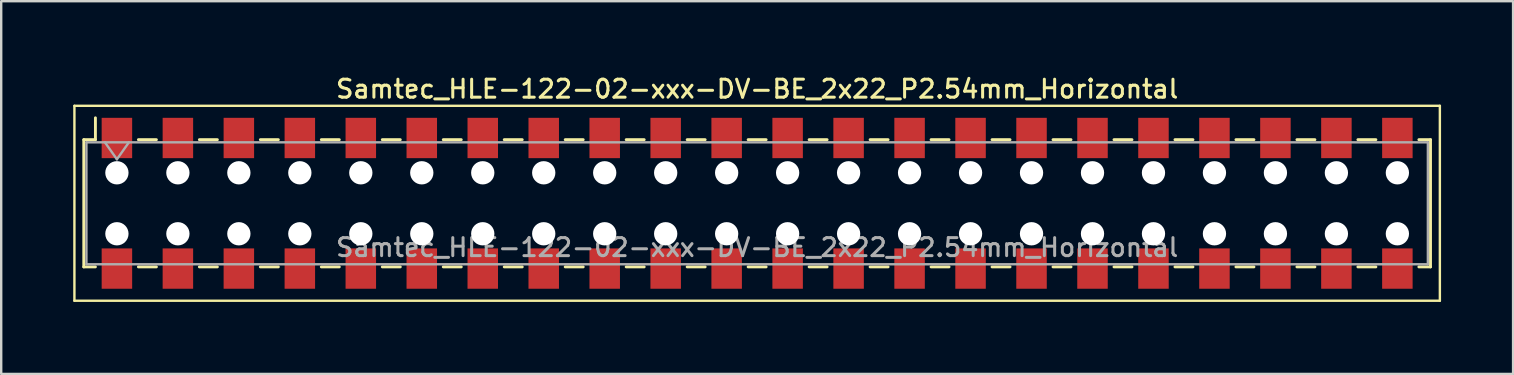
<source format=kicad_pcb>
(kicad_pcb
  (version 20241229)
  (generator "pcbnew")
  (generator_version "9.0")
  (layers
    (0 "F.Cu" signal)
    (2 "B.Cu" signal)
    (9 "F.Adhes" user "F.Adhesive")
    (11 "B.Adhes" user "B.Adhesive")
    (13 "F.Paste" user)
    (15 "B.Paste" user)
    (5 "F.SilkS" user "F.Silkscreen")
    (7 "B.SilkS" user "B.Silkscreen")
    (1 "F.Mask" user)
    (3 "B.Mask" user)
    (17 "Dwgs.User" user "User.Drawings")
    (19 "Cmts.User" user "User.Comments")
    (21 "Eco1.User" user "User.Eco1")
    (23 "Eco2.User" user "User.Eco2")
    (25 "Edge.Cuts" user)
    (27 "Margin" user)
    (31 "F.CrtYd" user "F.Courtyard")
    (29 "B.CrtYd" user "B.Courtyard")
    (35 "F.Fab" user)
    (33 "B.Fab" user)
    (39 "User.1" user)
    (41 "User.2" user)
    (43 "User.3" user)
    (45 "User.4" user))
  (footprint "Samtec_HLE-122-02-xxx-DV-BE_2x22_P2.54mm_Horizontal"
    (layer "F.Cu")
    (at 28.49 5.418)
    (property "Reference" "Samtec_HLE-122-02-xxx-DV-BE_2x22_P2.54mm_Horizontal" (at 0 -4.76 0) (layer "F.SilkS") (effects (font (size 0.75 0.75) (thickness 0.125))))
    (attr smd)
    (fp_line (start -28.44 -4.06) (end 28.44 -4.06) (stroke (width 0.1) (type solid)) (layer "F.SilkS"))
    (fp_line (start -28.44 4.06) (end -28.44 -4.06) (stroke (width 0.1) (type solid)) (layer "F.SilkS"))
    (fp_line (start -28.05 -2.65) (end -28.05 2.65) (stroke (width 0.12) (type solid)) (layer "F.SilkS"))
    (fp_line (start -28.05 2.65) (end -27.565 2.65) (stroke (width 0.12) (type solid)) (layer "F.SilkS"))
    (fp_line (start -27.565 -3.56) (end -27.565 -2.65) (stroke (width 0.12) (type solid)) (layer "F.SilkS"))
    (fp_line (start -27.565 -2.65) (end -28.05 -2.65) (stroke (width 0.12) (type solid)) (layer "F.SilkS"))
    (fp_line (start -25.775 -2.65) (end -25.025 -2.65) (stroke (width 0.12) (type solid)) (layer "F.SilkS"))
    (fp_line (start -25.775 2.65) (end -25.025 2.65) (stroke (width 0.12) (type solid)) (layer "F.SilkS"))
    (fp_line (start -23.235 -2.65) (end -22.485 -2.65) (stroke (width 0.12) (type solid)) (layer "F.SilkS"))
    (fp_line (start -23.235 2.65) (end -22.485 2.65) (stroke (width 0.12) (type solid)) (layer "F.SilkS"))
    (fp_line (start -20.695 -2.65) (end -19.945 -2.65) (stroke (width 0.12) (type solid)) (layer "F.SilkS"))
    (fp_line (start -20.695 2.65) (end -19.945 2.65) (stroke (width 0.12) (type solid)) (layer "F.SilkS"))
    (fp_line (start -18.155 -2.65) (end -17.405 -2.65) (stroke (width 0.12) (type solid)) (layer "F.SilkS"))
    (fp_line (start -18.155 2.65) (end -17.405 2.65) (stroke (width 0.12) (type solid)) (layer "F.SilkS"))
    (fp_line (start -15.615 -2.65) (end -14.865 -2.65) (stroke (width 0.12) (type solid)) (layer "F.SilkS"))
    (fp_line (start -15.615 2.65) (end -14.865 2.65) (stroke (width 0.12) (type solid)) (layer "F.SilkS"))
    (fp_line (start -13.075 -2.65) (end -12.325 -2.65) (stroke (width 0.12) (type solid)) (layer "F.SilkS"))
    (fp_line (start -13.075 2.65) (end -12.325 2.65) (stroke (width 0.12) (type solid)) (layer "F.SilkS"))
    (fp_line (start -10.535 -2.65) (end -9.785 -2.65) (stroke (width 0.12) (type solid)) (layer "F.SilkS"))
    (fp_line (start -10.535 2.65) (end -9.785 2.65) (stroke (width 0.12) (type solid)) (layer "F.SilkS"))
    (fp_line (start -7.995 -2.65) (end -7.245 -2.65) (stroke (width 0.12) (type solid)) (layer "F.SilkS"))
    (fp_line (start -7.995 2.65) (end -7.245 2.65) (stroke (width 0.12) (type solid)) (layer "F.SilkS"))
    (fp_line (start -5.455 -2.65) (end -4.705 -2.65) (stroke (width 0.12) (type solid)) (layer "F.SilkS"))
    (fp_line (start -5.455 2.65) (end -4.705 2.65) (stroke (width 0.12) (type solid)) (layer "F.SilkS"))
    (fp_line (start -2.915 -2.65) (end -2.165 -2.65) (stroke (width 0.12) (type solid)) (layer "F.SilkS"))
    (fp_line (start -2.915 2.65) (end -2.165 2.65) (stroke (width 0.12) (type solid)) (layer "F.SilkS"))
    (fp_line (start -0.375 -2.65) (end 0.375 -2.65) (stroke (width 0.12) (type solid)) (layer "F.SilkS"))
    (fp_line (start -0.375 2.65) (end 0.375 2.65) (stroke (width 0.12) (type solid)) (layer "F.SilkS"))
    (fp_line (start 2.165 -2.65) (end 2.915 -2.65) (stroke (width 0.12) (type solid)) (layer "F.SilkS"))
    (fp_line (start 2.165 2.65) (end 2.915 2.65) (stroke (width 0.12) (type solid)) (layer "F.SilkS"))
    (fp_line (start 4.705 -2.65) (end 5.455 -2.65) (stroke (width 0.12) (type solid)) (layer "F.SilkS"))
    (fp_line (start 4.705 2.65) (end 5.455 2.65) (stroke (width 0.12) (type solid)) (layer "F.SilkS"))
    (fp_line (start 7.245 -2.65) (end 7.995 -2.65) (stroke (width 0.12) (type solid)) (layer "F.SilkS"))
    (fp_line (start 7.245 2.65) (end 7.995 2.65) (stroke (width 0.12) (type solid)) (layer "F.SilkS"))
    (fp_line (start 9.785 -2.65) (end 10.535 -2.65) (stroke (width 0.12) (type solid)) (layer "F.SilkS"))
    (fp_line (start 9.785 2.65) (end 10.535 2.65) (stroke (width 0.12) (type solid)) (layer "F.SilkS"))
    (fp_line (start 12.325 -2.65) (end 13.075 -2.65) (stroke (width 0.12) (type solid)) (layer "F.SilkS"))
    (fp_line (start 12.325 2.65) (end 13.075 2.65) (stroke (width 0.12) (type solid)) (layer "F.SilkS"))
    (fp_line (start 14.865 -2.65) (end 15.615 -2.65) (stroke (width 0.12) (type solid)) (layer "F.SilkS"))
    (fp_line (start 14.865 2.65) (end 15.615 2.65) (stroke (width 0.12) (type solid)) (layer "F.SilkS"))
    (fp_line (start 17.405 -2.65) (end 18.155 -2.65) (stroke (width 0.12) (type solid)) (layer "F.SilkS"))
    (fp_line (start 17.405 2.65) (end 18.155 2.65) (stroke (width 0.12) (type solid)) (layer "F.SilkS"))
    (fp_line (start 19.945 -2.65) (end 20.695 -2.65) (stroke (width 0.12) (type solid)) (layer "F.SilkS"))
    (fp_line (start 19.945 2.65) (end 20.695 2.65) (stroke (width 0.12) (type solid)) (layer "F.SilkS"))
    (fp_line (start 22.485 -2.65) (end 23.235 -2.65) (stroke (width 0.12) (type solid)) (layer "F.SilkS"))
    (fp_line (start 22.485 2.65) (end 23.235 2.65) (stroke (width 0.12) (type solid)) (layer "F.SilkS"))
    (fp_line (start 25.025 -2.65) (end 25.775 -2.65) (stroke (width 0.12) (type solid)) (layer "F.SilkS"))
    (fp_line (start 25.025 2.65) (end 25.775 2.65) (stroke (width 0.12) (type solid)) (layer "F.SilkS"))
    (fp_line (start 27.565 -2.65) (end 28.05 -2.65) (stroke (width 0.12) (type solid)) (layer "F.SilkS"))
    (fp_line (start 28.05 -2.65) (end 28.05 2.65) (stroke (width 0.12) (type solid)) (layer "F.SilkS"))
    (fp_line (start 28.05 2.65) (end 27.565 2.65) (stroke (width 0.12) (type solid)) (layer "F.SilkS"))
    (fp_line (start 28.44 -4.06) (end 28.44 4.06) (stroke (width 0.1) (type solid)) (layer "F.SilkS"))
    (fp_line (start 28.44 4.06) (end -28.44 4.06) (stroke (width 0.1) (type solid)) (layer "F.SilkS"))
    (fp_line (start -27.94 -2.54) (end 27.94 -2.54) (stroke (width 0.1) (type solid)) (layer "F.Fab"))
    (fp_line (start -27.94 2.54) (end -27.94 -2.54) (stroke (width 0.1) (type solid)) (layer "F.Fab"))
    (fp_line (start -27.17 -2.54) (end -26.67 -1.833) (stroke (width 0.1) (type solid)) (layer "F.Fab"))
    (fp_line (start -26.67 -1.833) (end -26.17 -2.54) (stroke (width 0.1) (type solid)) (layer "F.Fab"))
    (fp_line (start 27.94 -2.54) (end 27.94 2.54) (stroke (width 0.1) (type solid)) (layer "F.Fab"))
    (fp_line (start 27.94 2.54) (end -27.94 2.54) (stroke (width 0.1) (type solid)) (layer "F.Fab"))
    (fp_text user "${REFERENCE}" (at 0 1.84 0) (layer "F.Fab") (effects (font (size 0.75 0.75) (thickness 0.125))))
    (pad "" np_thru_hole circle (at -26.67 -1.27) (size 0.97 0.97) (drill 0.97) (layers "*.Cu" "*.Mask"))
    (pad "" np_thru_hole circle (at -26.67 1.27) (size 0.97 0.97) (drill 0.97) (layers "*.Cu" "*.Mask"))
    (pad "" np_thru_hole circle (at -24.13 -1.27) (size 0.97 0.97) (drill 0.97) (layers "*.Cu" "*.Mask"))
    (pad "" np_thru_hole circle (at -24.13 1.27) (size 0.97 0.97) (drill 0.97) (layers "*.Cu" "*.Mask"))
    (pad "" np_thru_hole circle (at -21.59 -1.27) (size 0.97 0.97) (drill 0.97) (layers "*.Cu" "*.Mask"))
    (pad "" np_thru_hole circle (at -21.59 1.27) (size 0.97 0.97) (drill 0.97) (layers "*.Cu" "*.Mask"))
    (pad "" np_thru_hole circle (at -19.05 -1.27) (size 0.97 0.97) (drill 0.97) (layers "*.Cu" "*.Mask"))
    (pad "" np_thru_hole circle (at -19.05 1.27) (size 0.97 0.97) (drill 0.97) (layers "*.Cu" "*.Mask"))
    (pad "" np_thru_hole circle (at -16.51 -1.27) (size 0.97 0.97) (drill 0.97) (layers "*.Cu" "*.Mask"))
    (pad "" np_thru_hole circle (at -16.51 1.27) (size 0.97 0.97) (drill 0.97) (layers "*.Cu" "*.Mask"))
    (pad "" np_thru_hole circle (at -13.97 -1.27) (size 0.97 0.97) (drill 0.97) (layers "*.Cu" "*.Mask"))
    (pad "" np_thru_hole circle (at -13.97 1.27) (size 0.97 0.97) (drill 0.97) (layers "*.Cu" "*.Mask"))
    (pad "" np_thru_hole circle (at -11.43 -1.27) (size 0.97 0.97) (drill 0.97) (layers "*.Cu" "*.Mask"))
    (pad "" np_thru_hole circle (at -11.43 1.27) (size 0.97 0.97) (drill 0.97) (layers "*.Cu" "*.Mask"))
    (pad "" np_thru_hole circle (at -8.89 -1.27) (size 0.97 0.97) (drill 0.97) (layers "*.Cu" "*.Mask"))
    (pad "" np_thru_hole circle (at -8.89 1.27) (size 0.97 0.97) (drill 0.97) (layers "*.Cu" "*.Mask"))
    (pad "" np_thru_hole circle (at -6.35 -1.27) (size 0.97 0.97) (drill 0.97) (layers "*.Cu" "*.Mask"))
    (pad "" np_thru_hole circle (at -6.35 1.27) (size 0.97 0.97) (drill 0.97) (layers "*.Cu" "*.Mask"))
    (pad "" np_thru_hole circle (at -3.81 -1.27) (size 0.97 0.97) (drill 0.97) (layers "*.Cu" "*.Mask"))
    (pad "" np_thru_hole circle (at -3.81 1.27) (size 0.97 0.97) (drill 0.97) (layers "*.Cu" "*.Mask"))
    (pad "" np_thru_hole circle (at -1.27 -1.27) (size 0.97 0.97) (drill 0.97) (layers "*.Cu" "*.Mask"))
    (pad "" np_thru_hole circle (at -1.27 1.27) (size 0.97 0.97) (drill 0.97) (layers "*.Cu" "*.Mask"))
    (pad "" np_thru_hole circle (at 1.27 -1.27) (size 0.97 0.97) (drill 0.97) (layers "*.Cu" "*.Mask"))
    (pad "" np_thru_hole circle (at 1.27 1.27) (size 0.97 0.97) (drill 0.97) (layers "*.Cu" "*.Mask"))
    (pad "" np_thru_hole circle (at 3.81 -1.27) (size 0.97 0.97) (drill 0.97) (layers "*.Cu" "*.Mask"))
    (pad "" np_thru_hole circle (at 3.81 1.27) (size 0.97 0.97) (drill 0.97) (layers "*.Cu" "*.Mask"))
    (pad "" np_thru_hole circle (at 6.35 -1.27) (size 0.97 0.97) (drill 0.97) (layers "*.Cu" "*.Mask"))
    (pad "" np_thru_hole circle (at 6.35 1.27) (size 0.97 0.97) (drill 0.97) (layers "*.Cu" "*.Mask"))
    (pad "" np_thru_hole circle (at 8.89 -1.27) (size 0.97 0.97) (drill 0.97) (layers "*.Cu" "*.Mask"))
    (pad "" np_thru_hole circle (at 8.89 1.27) (size 0.97 0.97) (drill 0.97) (layers "*.Cu" "*.Mask"))
    (pad "" np_thru_hole circle (at 11.43 -1.27) (size 0.97 0.97) (drill 0.97) (layers "*.Cu" "*.Mask"))
    (pad "" np_thru_hole circle (at 11.43 1.27) (size 0.97 0.97) (drill 0.97) (layers "*.Cu" "*.Mask"))
    (pad "" np_thru_hole circle (at 13.97 -1.27) (size 0.97 0.97) (drill 0.97) (layers "*.Cu" "*.Mask"))
    (pad "" np_thru_hole circle (at 13.97 1.27) (size 0.97 0.97) (drill 0.97) (layers "*.Cu" "*.Mask"))
    (pad "" np_thru_hole circle (at 16.51 -1.27) (size 0.97 0.97) (drill 0.97) (layers "*.Cu" "*.Mask"))
    (pad "" np_thru_hole circle (at 16.51 1.27) (size 0.97 0.97) (drill 0.97) (layers "*.Cu" "*.Mask"))
    (pad "" np_thru_hole circle (at 19.05 -1.27) (size 0.97 0.97) (drill 0.97) (layers "*.Cu" "*.Mask"))
    (pad "" np_thru_hole circle (at 19.05 1.27) (size 0.97 0.97) (drill 0.97) (layers "*.Cu" "*.Mask"))
    (pad "" np_thru_hole circle (at 21.59 -1.27) (size 0.97 0.97) (drill 0.97) (layers "*.Cu" "*.Mask"))
    (pad "" np_thru_hole circle (at 21.59 1.27) (size 0.97 0.97) (drill 0.97) (layers "*.Cu" "*.Mask"))
    (pad "" np_thru_hole circle (at 24.13 -1.27) (size 0.97 0.97) (drill 0.97) (layers "*.Cu" "*.Mask"))
    (pad "" np_thru_hole circle (at 24.13 1.27) (size 0.97 0.97) (drill 0.97) (layers "*.Cu" "*.Mask"))
    (pad "" np_thru_hole circle (at 26.67 -1.27) (size 0.97 0.97) (drill 0.97) (layers "*.Cu" "*.Mask"))
    (pad "" np_thru_hole circle (at 26.67 1.27) (size 0.97 0.97) (drill 0.97) (layers "*.Cu" "*.Mask"))
    (pad "1" smd rect (at -26.67 -2.72) (size 1.27 1.68) (layers "F.Cu" "F.Mask" "F.Paste"))
    (pad "2" smd rect (at -26.67 2.72) (size 1.27 1.68) (layers "F.Cu" "F.Mask" "F.Paste"))
    (pad "3" smd rect (at -24.13 -2.72) (size 1.27 1.68) (layers "F.Cu" "F.Mask" "F.Paste"))
    (pad "4" smd rect (at -24.13 2.72) (size 1.27 1.68) (layers "F.Cu" "F.Mask" "F.Paste"))
    (pad "5" smd rect (at -21.59 -2.72) (size 1.27 1.68) (layers "F.Cu" "F.Mask" "F.Paste"))
    (pad "6" smd rect (at -21.59 2.72) (size 1.27 1.68) (layers "F.Cu" "F.Mask" "F.Paste"))
    (pad "7" smd rect (at -19.05 -2.72) (size 1.27 1.68) (layers "F.Cu" "F.Mask" "F.Paste"))
    (pad "8" smd rect (at -19.05 2.72) (size 1.27 1.68) (layers "F.Cu" "F.Mask" "F.Paste"))
    (pad "9" smd rect (at -16.51 -2.72) (size 1.27 1.68) (layers "F.Cu" "F.Mask" "F.Paste"))
    (pad "10" smd rect (at -16.51 2.72) (size 1.27 1.68) (layers "F.Cu" "F.Mask" "F.Paste"))
    (pad "11" smd rect (at -13.97 -2.72) (size 1.27 1.68) (layers "F.Cu" "F.Mask" "F.Paste"))
    (pad "12" smd rect (at -13.97 2.72) (size 1.27 1.68) (layers "F.Cu" "F.Mask" "F.Paste"))
    (pad "13" smd rect (at -11.43 -2.72) (size 1.27 1.68) (layers "F.Cu" "F.Mask" "F.Paste"))
    (pad "14" smd rect (at -11.43 2.72) (size 1.27 1.68) (layers "F.Cu" "F.Mask" "F.Paste"))
    (pad "15" smd rect (at -8.89 -2.72) (size 1.27 1.68) (layers "F.Cu" "F.Mask" "F.Paste"))
    (pad "16" smd rect (at -8.89 2.72) (size 1.27 1.68) (layers "F.Cu" "F.Mask" "F.Paste"))
    (pad "17" smd rect (at -6.35 -2.72) (size 1.27 1.68) (layers "F.Cu" "F.Mask" "F.Paste"))
    (pad "18" smd rect (at -6.35 2.72) (size 1.27 1.68) (layers "F.Cu" "F.Mask" "F.Paste"))
    (pad "19" smd rect (at -3.81 -2.72) (size 1.27 1.68) (layers "F.Cu" "F.Mask" "F.Paste"))
    (pad "20" smd rect (at -3.81 2.72) (size 1.27 1.68) (layers "F.Cu" "F.Mask" "F.Paste"))
    (pad "21" smd rect (at -1.27 -2.72) (size 1.27 1.68) (layers "F.Cu" "F.Mask" "F.Paste"))
    (pad "22" smd rect (at -1.27 2.72) (size 1.27 1.68) (layers "F.Cu" "F.Mask" "F.Paste"))
    (pad "23" smd rect (at 1.27 -2.72) (size 1.27 1.68) (layers "F.Cu" "F.Mask" "F.Paste"))
    (pad "24" smd rect (at 1.27 2.72) (size 1.27 1.68) (layers "F.Cu" "F.Mask" "F.Paste"))
    (pad "25" smd rect (at 3.81 -2.72) (size 1.27 1.68) (layers "F.Cu" "F.Mask" "F.Paste"))
    (pad "26" smd rect (at 3.81 2.72) (size 1.27 1.68) (layers "F.Cu" "F.Mask" "F.Paste"))
    (pad "27" smd rect (at 6.35 -2.72) (size 1.27 1.68) (layers "F.Cu" "F.Mask" "F.Paste"))
    (pad "28" smd rect (at 6.35 2.72) (size 1.27 1.68) (layers "F.Cu" "F.Mask" "F.Paste"))
    (pad "29" smd rect (at 8.89 -2.72) (size 1.27 1.68) (layers "F.Cu" "F.Mask" "F.Paste"))
    (pad "30" smd rect (at 8.89 2.72) (size 1.27 1.68) (layers "F.Cu" "F.Mask" "F.Paste"))
    (pad "31" smd rect (at 11.43 -2.72) (size 1.27 1.68) (layers "F.Cu" "F.Mask" "F.Paste"))
    (pad "32" smd rect (at 11.43 2.72) (size 1.27 1.68) (layers "F.Cu" "F.Mask" "F.Paste"))
    (pad "33" smd rect (at 13.97 -2.72) (size 1.27 1.68) (layers "F.Cu" "F.Mask" "F.Paste"))
    (pad "34" smd rect (at 13.97 2.72) (size 1.27 1.68) (layers "F.Cu" "F.Mask" "F.Paste"))
    (pad "35" smd rect (at 16.51 -2.72) (size 1.27 1.68) (layers "F.Cu" "F.Mask" "F.Paste"))
    (pad "36" smd rect (at 16.51 2.72) (size 1.27 1.68) (layers "F.Cu" "F.Mask" "F.Paste"))
    (pad "37" smd rect (at 19.05 -2.72) (size 1.27 1.68) (layers "F.Cu" "F.Mask" "F.Paste"))
    (pad "38" smd rect (at 19.05 2.72) (size 1.27 1.68) (layers "F.Cu" "F.Mask" "F.Paste"))
    (pad "39" smd rect (at 21.59 -2.72) (size 1.27 1.68) (layers "F.Cu" "F.Mask" "F.Paste"))
    (pad "40" smd rect (at 21.59 2.72) (size 1.27 1.68) (layers "F.Cu" "F.Mask" "F.Paste"))
    (pad "41" smd rect (at 24.13 -2.72) (size 1.27 1.68) (layers "F.Cu" "F.Mask" "F.Paste"))
    (pad "42" smd rect (at 24.13 2.72) (size 1.27 1.68) (layers "F.Cu" "F.Mask" "F.Paste"))
    (pad "43" smd rect (at 26.67 -2.72) (size 1.27 1.68) (layers "F.Cu" "F.Mask" "F.Paste"))
    (pad "44" smd rect (at 26.67 2.72) (size 1.27 1.68) (layers "F.Cu" "F.Mask" "F.Paste")))
  (gr_rect
    (start -3 -3)
    (end 59.98 12.528)
    (stroke (width 0.1) (type default))
    (fill no)
    (layer "Edge.Cuts")))
</source>
